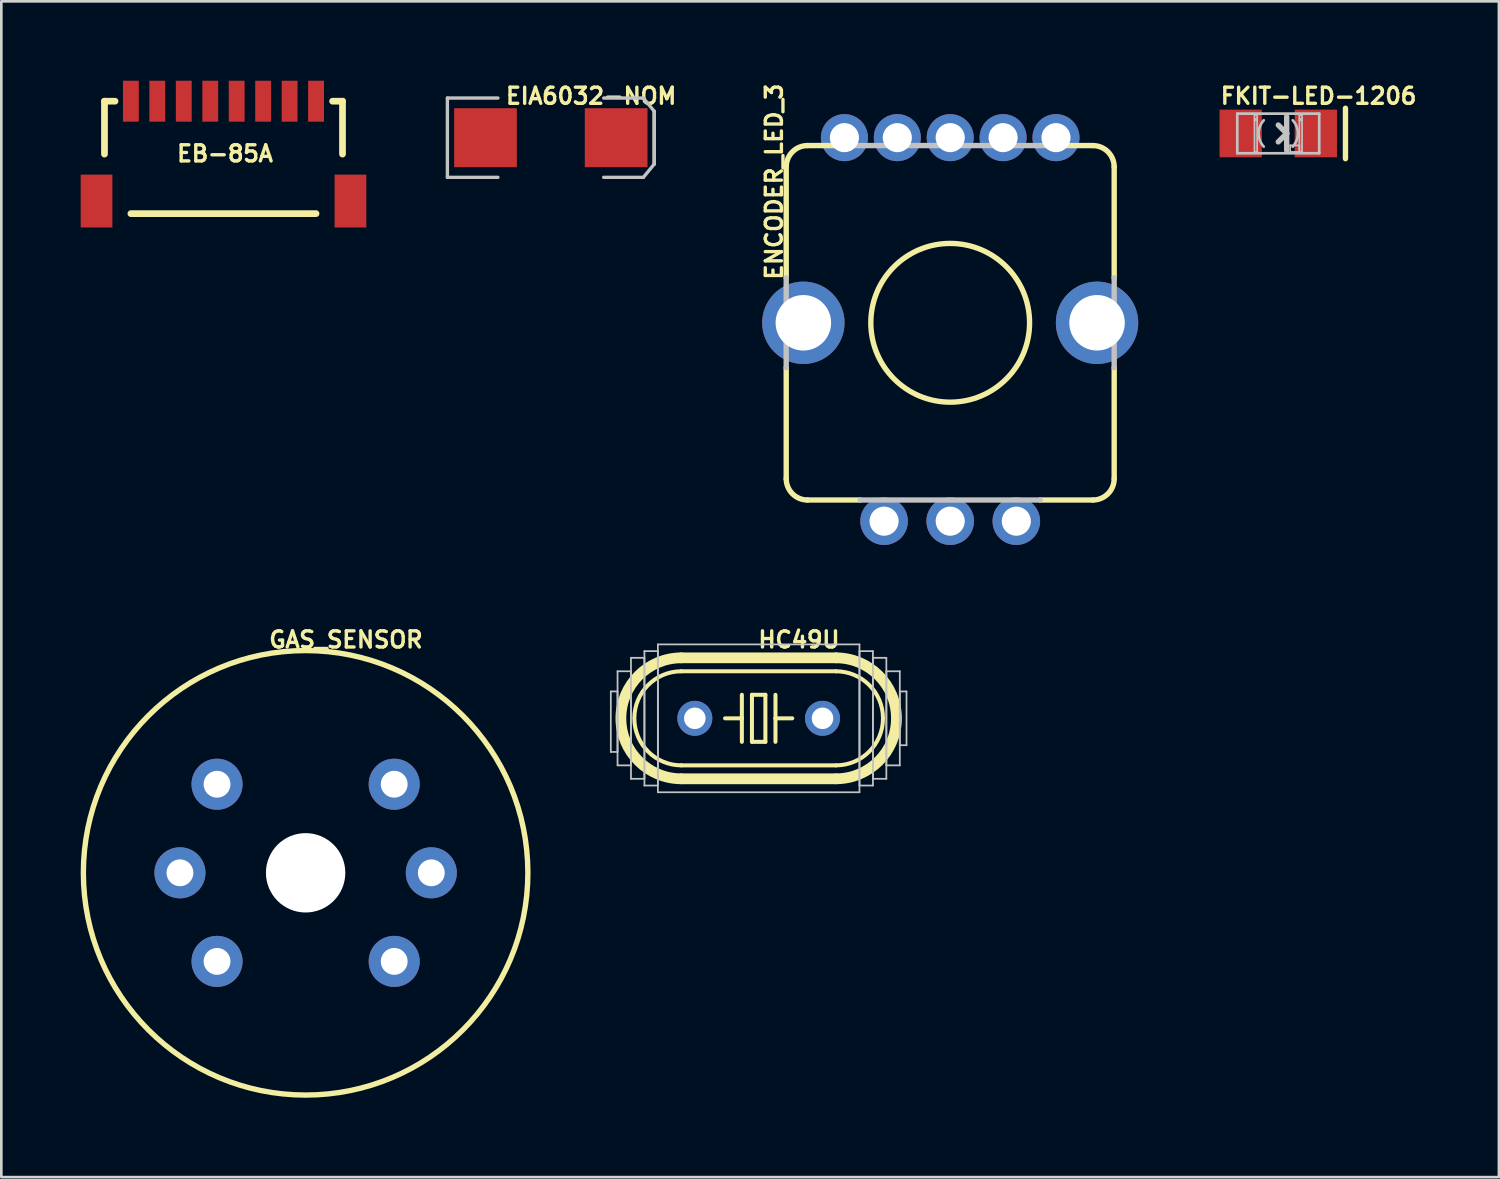
<source format=kicad_pcb>
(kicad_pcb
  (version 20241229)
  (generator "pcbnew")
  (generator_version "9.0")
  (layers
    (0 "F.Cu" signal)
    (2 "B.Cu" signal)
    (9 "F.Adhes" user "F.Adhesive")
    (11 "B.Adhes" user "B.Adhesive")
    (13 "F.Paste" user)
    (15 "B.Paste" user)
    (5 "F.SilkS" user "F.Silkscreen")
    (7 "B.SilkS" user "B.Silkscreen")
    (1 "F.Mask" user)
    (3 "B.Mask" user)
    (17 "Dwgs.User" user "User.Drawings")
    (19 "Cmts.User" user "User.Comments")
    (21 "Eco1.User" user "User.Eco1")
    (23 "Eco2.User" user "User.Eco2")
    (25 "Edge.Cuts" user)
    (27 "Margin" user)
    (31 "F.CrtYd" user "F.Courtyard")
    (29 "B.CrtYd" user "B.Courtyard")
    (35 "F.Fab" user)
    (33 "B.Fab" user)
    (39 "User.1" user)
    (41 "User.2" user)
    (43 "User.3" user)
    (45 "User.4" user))
  (footprint "ENCODER_LED_3"
    (layer "F.Cu")
    (at 32.863 9.15)
    (property "Reference" "ENCODER_LED_3" (at -6.655 -5.334 90) (layer "F.SilkS") (effects (font (size 0.61 0.61) (thickness 0.127))))
    (attr exclude_from_pos_files exclude_from_bom)
    (fp_line (start -6.198 -1.699) (end -6.198 -5.893) (stroke (width 0.203) (type solid)) (layer "F.SilkS"))
    (fp_line (start -6.198 1.699) (end -6.198 5.893) (stroke (width 0.203) (type solid)) (layer "F.SilkS"))
    (fp_line (start -5.392 -6.698) (end -3.899 -6.698) (stroke (width 0.203) (type solid)) (layer "F.SilkS"))
    (fp_line (start -5.392 6.698) (end -3.399 6.698) (stroke (width 0.203) (type solid)) (layer "F.SilkS"))
    (fp_line (start 5.392 -6.698) (end 3.899 -6.698) (stroke (width 0.203) (type solid)) (layer "F.SilkS"))
    (fp_line (start 5.392 6.698) (end 3.399 6.698) (stroke (width 0.203) (type solid)) (layer "F.SilkS"))
    (fp_line (start 6.198 -1.699) (end 6.198 -5.893) (stroke (width 0.203) (type solid)) (layer "F.SilkS"))
    (fp_line (start 6.198 1.699) (end 6.198 5.893) (stroke (width 0.203) (type solid)) (layer "F.SilkS"))
    (fp_arc (start -6.1976 -5.8928) (mid -5.961768 -6.462148) (end -5.39242 -6.69798) (stroke (width 0.2032) (type solid)) (layer "F.SilkS"))
    (fp_arc (start -5.39242 6.69798) (mid -5.961768 6.462148) (end -6.1976 5.8928) (stroke (width 0.2032) (type solid)) (layer "F.SilkS"))
    (fp_arc (start 5.39242 -6.69798) (mid 5.961768 -6.462148) (end 6.1976 -5.8928) (stroke (width 0.2032) (type solid)) (layer "F.SilkS"))
    (fp_arc (start 6.1976 5.8928) (mid 5.961768 6.462148) (end 5.39242 6.69798) (stroke (width 0.2032) (type solid)) (layer "F.SilkS"))
    (fp_circle (center 0 0) (end 0 -3) (stroke (width 0.203) (type solid)) (fill no) (layer "F.SilkS"))
    (fp_line (start -6.198 1.699) (end -6.198 -1.699) (stroke (width 0.203) (type solid)) (layer "Dwgs.User"))
    (fp_line (start -3.899 -6.698) (end 3.899 -6.698) (stroke (width 0.203) (type solid)) (layer "Dwgs.User"))
    (fp_line (start 3.399 6.698) (end -3.399 6.698) (stroke (width 0.203) (type solid)) (layer "Dwgs.User"))
    (fp_line (start 6.198 -1.699) (end 6.198 1.699) (stroke (width 0.203) (type solid)) (layer "Dwgs.User"))
    (pad "1" thru_hole circle (at -3.998 -6.998) (size 1.778 1.778) (drill 1.1) (layers "*.Cu" "*.Paste" "*.Mask"))
    (pad "2" thru_hole circle (at -1.999 -6.998) (size 1.778 1.778) (drill 1.1) (layers "*.Cu" "*.Paste" "*.Mask"))
    (pad "3" thru_hole circle (at 0 -6.998) (size 1.778 1.778) (drill 1.1) (layers "*.Cu" "*.Paste" "*.Mask"))
    (pad "4" thru_hole circle (at 1.999 -6.998) (size 1.778 1.778) (drill 1.1) (layers "*.Cu" "*.Paste" "*.Mask"))
    (pad "5" thru_hole circle (at 3.998 -6.998) (size 1.778 1.778) (drill 1.1) (layers "*.Cu" "*.Paste" "*.Mask"))
    (pad "A" thru_hole circle (at -2.499 7.498) (size 1.798 1.798) (drill 1.1) (layers "*.Cu" "*.Paste" "*.Mask"))
    (pad "B" thru_hole circle (at 2.499 7.498) (size 1.798 1.798) (drill 1.1) (layers "*.Cu" "*.Paste" "*.Mask"))
    (pad "C" thru_hole circle (at 0 7.498) (size 1.798 1.798) (drill 1.1) (layers "*.Cu" "*.Paste" "*.Mask"))
    (pad "M1" thru_hole circle (at -5.55 0) (size 3.114 3.114) (drill 2.098) (layers "*.Cu" "*.Paste" "*.Mask"))
    (pad "M2" thru_hole circle (at 5.55 0) (size 3.114 3.114) (drill 2.098) (layers "*.Cu" "*.Paste" "*.Mask")))
  (footprint "FKIT-LED-1206"
    (layer "F.Cu")
    (at 45.262 1.994)
    (property "Reference" "FKIT-LED-1206" (at 1.524 -1.415 0) (layer "F.SilkS") (effects (font (size 0.61 0.61) (thickness 0.127))))
    (attr smd)
    (fp_line (start 2.54 -0.953) (end 2.54 0.953) (stroke (width 0.203) (type solid)) (layer "F.SilkS"))
    (fp_line (start -1.549 -0.749) (end 1.549 -0.749) (stroke (width 0.102) (type solid)) (layer "Dwgs.User"))
    (fp_line (start -1.549 0.749) (end -1.549 -0.749) (stroke (width 0.102) (type solid)) (layer "Dwgs.User"))
    (fp_line (start -0.899 -0.699) (end -0.798 -0.699) (stroke (width 0.066) (type solid)) (layer "Dwgs.User"))
    (fp_line (start -0.899 -0.549) (end -0.899 -0.699) (stroke (width 0.066) (type solid)) (layer "Dwgs.User"))
    (fp_line (start -0.899 -0.549) (end -0.798 -0.549) (stroke (width 0.066) (type solid)) (layer "Dwgs.User"))
    (fp_line (start -0.899 -0.498) (end -0.798 -0.498) (stroke (width 0.066) (type solid)) (layer "Dwgs.User"))
    (fp_line (start -0.899 0.699) (end -0.899 -0.498) (stroke (width 0.066) (type solid)) (layer "Dwgs.User"))
    (fp_line (start -0.899 0.699) (end -0.798 0.699) (stroke (width 0.066) (type solid)) (layer "Dwgs.User"))
    (fp_line (start -0.798 -0.549) (end -0.798 -0.699) (stroke (width 0.066) (type solid)) (layer "Dwgs.User"))
    (fp_line (start -0.798 0.699) (end -0.798 -0.498) (stroke (width 0.066) (type solid)) (layer "Dwgs.User"))
    (fp_line (start 0.318 -0.635) (end 0.318 0) (stroke (width 0.203) (type solid)) (layer "Dwgs.User"))
    (fp_line (start 0.318 0) (end 0 -0.318) (stroke (width 0.203) (type solid)) (layer "Dwgs.User"))
    (fp_line (start 0.318 0) (end 0 0.318) (stroke (width 0.203) (type solid)) (layer "Dwgs.User"))
    (fp_line (start 0.318 0) (end 0.318 0.635) (stroke (width 0.203) (type solid)) (layer "Dwgs.User"))
    (fp_line (start 0.45 0.45) (end 0.798 0.45) (stroke (width 0.066) (type solid)) (layer "Dwgs.User"))
    (fp_line (start 0.45 0.699) (end 0.45 0.45) (stroke (width 0.066) (type solid)) (layer "Dwgs.User"))
    (fp_line (start 0.45 0.699) (end 0.798 0.699) (stroke (width 0.066) (type solid)) (layer "Dwgs.User"))
    (fp_line (start 0.798 -0.699) (end 0.899 -0.699) (stroke (width 0.066) (type solid)) (layer "Dwgs.User"))
    (fp_line (start 0.798 -0.549) (end 0.798 -0.699) (stroke (width 0.066) (type solid)) (layer "Dwgs.User"))
    (fp_line (start 0.798 -0.549) (end 0.899 -0.549) (stroke (width 0.066) (type solid)) (layer "Dwgs.User"))
    (fp_line (start 0.798 -0.498) (end 0.899 -0.498) (stroke (width 0.066) (type solid)) (layer "Dwgs.User"))
    (fp_line (start 0.798 0.699) (end 0.798 -0.498) (stroke (width 0.066) (type solid)) (layer "Dwgs.User"))
    (fp_line (start 0.798 0.699) (end 0.798 0.45) (stroke (width 0.066) (type solid)) (layer "Dwgs.User"))
    (fp_line (start 0.798 0.699) (end 0.899 0.699) (stroke (width 0.066) (type solid)) (layer "Dwgs.User"))
    (fp_line (start 0.899 -0.549) (end 0.899 -0.699) (stroke (width 0.066) (type solid)) (layer "Dwgs.User"))
    (fp_line (start 0.899 0.699) (end 0.899 -0.498) (stroke (width 0.066) (type solid)) (layer "Dwgs.User"))
    (fp_line (start 1.549 -0.749) (end 1.549 0.749) (stroke (width 0.102) (type solid)) (layer "Dwgs.User"))
    (fp_line (start 1.549 0.749) (end -1.549 0.749) (stroke (width 0.102) (type solid)) (layer "Dwgs.User"))
    (fp_arc (start -0.54864 0.49784) (mid -0.740844 -0.000377) (end -0.548133 -0.498398) (stroke (width 0.1016) (type solid)) (layer "Dwgs.User"))
    (fp_arc (start 0.54864 -0.49784) (mid 0.740844 0.000377) (end 0.548133 0.498398) (stroke (width 0.1016) (type solid)) (layer "Dwgs.User"))
    (pad "A" smd rect (at -1.42 0) (size 1.598 1.801) (layers "F.Cu" "F.Mask" "F.Paste"))
    (pad "C" smd rect (at 1.42 0) (size 1.598 1.801) (layers "F.Cu" "F.Mask" "F.Paste")))
  (footprint "EB-85A"
    (layer "F.Cu")
    (at 1.897 0.775)
    (property "Reference" "EB-85A" (at 3.556 1.981 0) (layer "F.SilkS") (effects (font (size 0.61 0.61) (thickness 0.127))))
    (attr smd)
    (fp_line (start -0.998 0) (end -0.599 0) (stroke (width 0.254) (type solid)) (layer "F.SilkS"))
    (fp_line (start -0.998 1.999) (end -0.998 0) (stroke (width 0.254) (type solid)) (layer "F.SilkS"))
    (fp_line (start 0 4.249) (end 6.998 4.249) (stroke (width 0.254) (type solid)) (layer "F.SilkS"))
    (fp_line (start 7.623 0) (end 7.998 0) (stroke (width 0.254) (type solid)) (layer "F.SilkS"))
    (fp_line (start 7.998 0) (end 7.998 1.999) (stroke (width 0.254) (type solid)) (layer "F.SilkS"))
    (pad "1" smd rect (at 0 0) (size 0.599 1.549) (layers "F.Cu" "F.Mask" "F.Paste"))
    (pad "2" smd rect (at 0.998 0) (size 0.599 1.549) (layers "F.Cu" "F.Mask" "F.Paste"))
    (pad "3" smd rect (at 1.999 0) (size 0.599 1.549) (layers "F.Cu" "F.Mask" "F.Paste"))
    (pad "4" smd rect (at 3 0) (size 0.599 1.549) (layers "F.Cu" "F.Mask" "F.Paste"))
    (pad "5" smd rect (at 3.998 0) (size 0.599 1.549) (layers "F.Cu" "F.Mask" "F.Paste"))
    (pad "6" smd rect (at 4.999 0) (size 0.599 1.549) (layers "F.Cu" "F.Mask" "F.Paste"))
    (pad "7" smd rect (at 5.999 0) (size 0.599 1.549) (layers "F.Cu" "F.Mask" "F.Paste"))
    (pad "8" smd rect (at 6.998 0) (size 0.599 1.549) (layers "F.Cu" "F.Mask" "F.Paste"))
    (pad "P$1" smd rect (at -1.298 3.774) (size 1.199 1.999) (layers "F.Cu" "F.Mask" "F.Paste"))
    (pad "P$2" smd rect (at 8.298 3.774) (size 1.199 1.999) (layers "F.Cu" "F.Mask" "F.Paste")))
  (footprint "HC49U"
    (layer "F.Cu")
    (at 25.624 24.099)
    (property "Reference" "HC49U" (at 1.524 -2.972 0) (layer "F.SilkS") (effects (font (size 0.61 0.61) (thickness 0.127))))
    (attr exclude_from_pos_files exclude_from_bom)
    (fp_line (start -2.921 -2.286) (end 2.921 -2.286) (stroke (width 0.406) (type solid)) (layer "F.SilkS"))
    (fp_line (start -2.921 1.778) (end 2.921 1.778) (stroke (width 0.152) (type solid)) (layer "F.SilkS"))
    (fp_line (start -2.921 2.286) (end 2.921 2.286) (stroke (width 0.406) (type solid)) (layer "F.SilkS"))
    (fp_line (start -0.635 -0.889) (end -0.635 0) (stroke (width 0.152) (type solid)) (layer "F.SilkS"))
    (fp_line (start -0.635 0) (end -1.27 0) (stroke (width 0.152) (type solid)) (layer "F.SilkS"))
    (fp_line (start -0.635 0) (end -0.635 0.889) (stroke (width 0.152) (type solid)) (layer "F.SilkS"))
    (fp_line (start -0.254 -0.889) (end 0.254 -0.889) (stroke (width 0.152) (type solid)) (layer "F.SilkS"))
    (fp_line (start -0.254 0.889) (end -0.254 -0.889) (stroke (width 0.152) (type solid)) (layer "F.SilkS"))
    (fp_line (start 0.254 -0.889) (end 0.254 0.889) (stroke (width 0.152) (type solid)) (layer "F.SilkS"))
    (fp_line (start 0.254 0.889) (end -0.254 0.889) (stroke (width 0.152) (type solid)) (layer "F.SilkS"))
    (fp_line (start 0.635 -0.889) (end 0.635 0) (stroke (width 0.152) (type solid)) (layer "F.SilkS"))
    (fp_line (start 0.635 0) (end 0.635 0.889) (stroke (width 0.152) (type solid)) (layer "F.SilkS"))
    (fp_line (start 0.635 0) (end 1.27 0) (stroke (width 0.152) (type solid)) (layer "F.SilkS"))
    (fp_line (start 2.921 -1.778) (end -2.921 -1.778) (stroke (width 0.152) (type solid)) (layer "F.SilkS"))
    (fp_arc (start -2.921 1.778) (mid -4.699 0) (end -2.921 -1.778) (stroke (width 0.1524) (type solid)) (layer "F.SilkS"))
    (fp_arc (start -2.921 2.286) (mid -5.207 0) (end -2.921 -2.286) (stroke (width 0.4064) (type solid)) (layer "F.SilkS"))
    (fp_arc (start 2.921 -2.286) (mid 5.207 0) (end 2.921 2.286) (stroke (width 0.4064) (type solid)) (layer "F.SilkS"))
    (fp_arc (start 2.921 -1.778) (mid 4.699 0) (end 2.921 1.778) (stroke (width 0.1524) (type solid)) (layer "F.SilkS"))
    (fp_line (start -5.588 -1.016) (end -5.334 -1.016) (stroke (width 0.066) (type solid)) (layer "Dwgs.User"))
    (fp_line (start -5.588 1.27) (end -5.588 -1.016) (stroke (width 0.066) (type solid)) (layer "Dwgs.User"))
    (fp_line (start -5.588 1.27) (end -5.334 1.27) (stroke (width 0.066) (type solid)) (layer "Dwgs.User"))
    (fp_line (start -5.334 -1.778) (end -4.826 -1.778) (stroke (width 0.066) (type solid)) (layer "Dwgs.User"))
    (fp_line (start -5.334 1.27) (end -5.334 -1.016) (stroke (width 0.066) (type solid)) (layer "Dwgs.User"))
    (fp_line (start -5.334 1.778) (end -5.334 -1.778) (stroke (width 0.066) (type solid)) (layer "Dwgs.User"))
    (fp_line (start -5.334 1.778) (end -4.826 1.778) (stroke (width 0.066) (type solid)) (layer "Dwgs.User"))
    (fp_line (start -4.826 -2.286) (end -4.318 -2.286) (stroke (width 0.066) (type solid)) (layer "Dwgs.User"))
    (fp_line (start -4.826 1.778) (end -4.826 -1.778) (stroke (width 0.066) (type solid)) (layer "Dwgs.User"))
    (fp_line (start -4.826 2.286) (end -4.826 -2.286) (stroke (width 0.066) (type solid)) (layer "Dwgs.User"))
    (fp_line (start -4.826 2.286) (end -4.318 2.286) (stroke (width 0.066) (type solid)) (layer "Dwgs.User"))
    (fp_line (start -4.318 -2.54) (end -3.81 -2.54) (stroke (width 0.066) (type solid)) (layer "Dwgs.User"))
    (fp_line (start -4.318 2.286) (end -4.318 -2.286) (stroke (width 0.066) (type solid)) (layer "Dwgs.User"))
    (fp_line (start -4.318 2.54) (end -4.318 -2.54) (stroke (width 0.066) (type solid)) (layer "Dwgs.User"))
    (fp_line (start -4.318 2.54) (end -3.81 2.54) (stroke (width 0.066) (type solid)) (layer "Dwgs.User"))
    (fp_line (start -3.81 -2.794) (end 3.81 -2.794) (stroke (width 0.066) (type solid)) (layer "Dwgs.User"))
    (fp_line (start -3.81 2.54) (end -3.81 -2.54) (stroke (width 0.066) (type solid)) (layer "Dwgs.User"))
    (fp_line (start -3.81 2.794) (end -3.81 -2.794) (stroke (width 0.066) (type solid)) (layer "Dwgs.User"))
    (fp_line (start -3.81 2.794) (end 3.81 2.794) (stroke (width 0.066) (type solid)) (layer "Dwgs.User"))
    (fp_line (start 3.81 -2.54) (end 4.318 -2.54) (stroke (width 0.066) (type solid)) (layer "Dwgs.User"))
    (fp_line (start 3.81 2.54) (end 3.81 -2.54) (stroke (width 0.066) (type solid)) (layer "Dwgs.User"))
    (fp_line (start 3.81 2.54) (end 4.318 2.54) (stroke (width 0.066) (type solid)) (layer "Dwgs.User"))
    (fp_line (start 3.81 2.794) (end 3.81 -2.794) (stroke (width 0.066) (type solid)) (layer "Dwgs.User"))
    (fp_line (start 4.318 -2.286) (end 4.826 -2.286) (stroke (width 0.066) (type solid)) (layer "Dwgs.User"))
    (fp_line (start 4.318 2.286) (end 4.318 -2.286) (stroke (width 0.066) (type solid)) (layer "Dwgs.User"))
    (fp_line (start 4.318 2.286) (end 4.826 2.286) (stroke (width 0.066) (type solid)) (layer "Dwgs.User"))
    (fp_line (start 4.318 2.54) (end 4.318 -2.54) (stroke (width 0.066) (type solid)) (layer "Dwgs.User"))
    (fp_line (start 4.826 -1.778) (end 5.334 -1.778) (stroke (width 0.066) (type solid)) (layer "Dwgs.User"))
    (fp_line (start 4.826 1.778) (end 4.826 -1.778) (stroke (width 0.066) (type solid)) (layer "Dwgs.User"))
    (fp_line (start 4.826 1.778) (end 5.334 1.778) (stroke (width 0.066) (type solid)) (layer "Dwgs.User"))
    (fp_line (start 4.826 2.286) (end 4.826 -2.286) (stroke (width 0.066) (type solid)) (layer "Dwgs.User"))
    (fp_line (start 5.334 -1.016) (end 5.588 -1.016) (stroke (width 0.066) (type solid)) (layer "Dwgs.User"))
    (fp_line (start 5.334 1.016) (end 5.334 -1.016) (stroke (width 0.066) (type solid)) (layer "Dwgs.User"))
    (fp_line (start 5.334 1.016) (end 5.588 1.016) (stroke (width 0.066) (type solid)) (layer "Dwgs.User"))
    (fp_line (start 5.334 1.778) (end 5.334 -1.778) (stroke (width 0.066) (type solid)) (layer "Dwgs.User"))
    (fp_line (start 5.588 1.016) (end 5.588 -1.016) (stroke (width 0.066) (type solid)) (layer "Dwgs.User"))
    (pad "1" thru_hole circle (at -2.413 0) (size 1.321 1.321) (drill 0.813) (layers "*.Cu" "*.Paste" "*.Mask"))
    (pad "2" thru_hole circle (at 2.413 0) (size 1.321 1.321) (drill 0.813) (layers "*.Cu" "*.Paste" "*.Mask")))
  (footprint "EIA6032-NOM"
    (layer "F.Cu")
    (at 17.768 2.154)
    (property "Reference" "EIA6032-NOM" (at 1.524 -1.575 0) (layer "F.SilkS") (effects (font (size 0.61 0.61) (thickness 0.127))))
    (attr smd)
    (fp_line (start 3.909 -0.998) (end 3.909 0.998) (stroke (width 0.127) (type solid)) (layer "F.SilkS"))
    (fp_line (start -3.909 -1.499) (end -3.909 1.499) (stroke (width 0.127) (type solid)) (layer "Dwgs.User"))
    (fp_line (start -3.909 -1.499) (end -1.999 -1.499) (stroke (width 0.127) (type solid)) (layer "Dwgs.User"))
    (fp_line (start -3.909 1.499) (end -1.999 1.499) (stroke (width 0.127) (type solid)) (layer "Dwgs.User"))
    (fp_line (start 1.999 -1.499) (end 3.498 -1.499) (stroke (width 0.127) (type solid)) (layer "Dwgs.User"))
    (fp_line (start 3.498 -1.499) (end 3.909 -0.998) (stroke (width 0.127) (type solid)) (layer "Dwgs.User"))
    (fp_line (start 3.498 1.499) (end 1.999 1.499) (stroke (width 0.127) (type solid)) (layer "Dwgs.User"))
    (fp_line (start 3.909 -0.998) (end 3.909 0.998) (stroke (width 0.127) (type solid)) (layer "Dwgs.User"))
    (fp_line (start 3.909 0.998) (end 3.498 1.499) (stroke (width 0.127) (type solid)) (layer "Dwgs.User"))
    (pad "A" smd rect (at 2.469 0 180) (size 2.37 2.228) (layers "F.Cu" "F.Mask" "F.Paste"))
    (pad "C" smd rect (at -2.469 0 180) (size 2.37 2.228) (layers "F.Cu" "F.Mask" "F.Paste")))
  (footprint "GAS_SENSOR"
    (layer "F.Cu")
    (at 8.501 29.938)
    (property "Reference" "GAS_SENSOR" (at 1.524 -8.811 0) (layer "F.SilkS") (effects (font (size 0.61 0.61) (thickness 0.127))))
    (attr exclude_from_pos_files exclude_from_bom)
    (fp_circle (center 0 0) (end 0 -8.4) (stroke (width 0.203) (type solid)) (fill no) (layer "F.SilkS"))
    (pad "" np_thru_hole circle (at 0 0) (size 3 3) (drill 3) (layers "*.Cu" "*.Mask"))
    (pad "A1" thru_hole circle (at -3.348 -3.348) (size 1.93 1.93) (drill 1.016) (layers "*.Cu" "*.Paste" "*.Mask"))
    (pad "A2" thru_hole circle (at -3.348 3.348) (size 1.93 1.93) (drill 1.016) (layers "*.Cu" "*.Paste" "*.Mask"))
    (pad "B1" thru_hole circle (at 3.348 -3.348) (size 1.93 1.93) (drill 1.016) (layers "*.Cu" "*.Paste" "*.Mask"))
    (pad "B2" thru_hole circle (at 3.348 3.348) (size 1.93 1.93) (drill 1.016) (layers "*.Cu" "*.Paste" "*.Mask"))
    (pad "HA" thru_hole circle (at -4.75 0) (size 1.93 1.93) (drill 1.016) (layers "*.Cu" "*.Paste" "*.Mask"))
    (pad "HB" thru_hole circle (at 4.75 0) (size 1.93 1.93) (drill 1.016) (layers "*.Cu" "*.Paste" "*.Mask")))
  (gr_rect
    (start -3 -3)
    (end 53.602 41.44)
    (stroke (width 0.1) (type default))
    (fill no)
    (layer "Edge.Cuts")))
</source>
